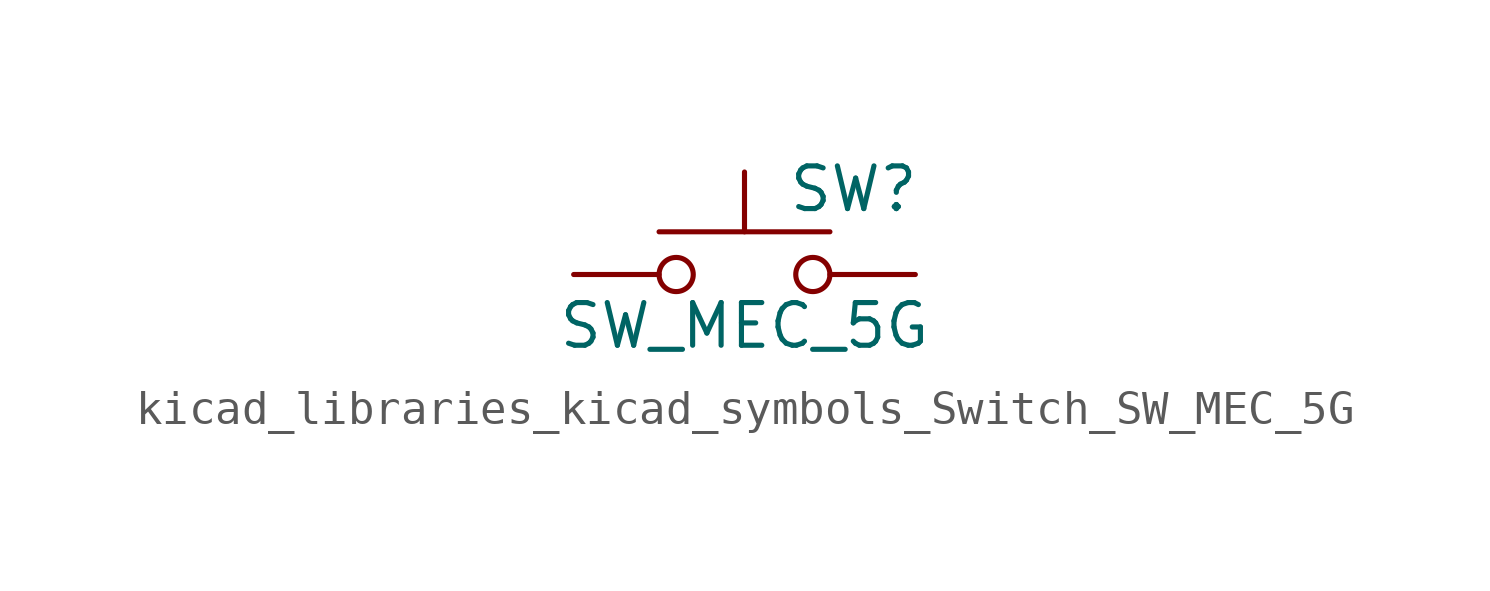
<source format=kicad_sym>
(kicad_symbol_lib
  (version 20220914)
  (generator kicad_symbol_editor)
  (symbol "kicad_libraries_kicad_symbols_Switch_SW_MEC_5G"
    (pin_numbers hide)
    (pin_names
      (offset 1.016) hide)
    (property "Reference" "SW"
      (at 1.27 2.54 0)
      (effects (font (size 1.27 1.27)) (justify left)))
    (property "Value" "SW_MEC_5G"
      (at 0 -1.524 0)
      (effects (font (size 1.27 1.27))))
    (symbol "kicad_libraries_kicad_symbols_Switch_SW_MEC_5G_0_1"
      (circle (center -2.032 0) (radius 0.508) (stroke (width 0) (type default)) (fill (type none)))
      (polyline (pts (xy 0 1.27) (xy 0 3.048)) (stroke (width 0) (type default)) (fill (type none)))
      (polyline (pts (xy 2.54 1.27) (xy -2.54 1.27)) (stroke (width 0) (type default)) (fill (type none)))
      (circle (center 2.032 0) (radius 0.508) (stroke (width 0) (type default)) (fill (type none)))
      (pin passive line (at -5.08 0 0) (length 2.54) (name "A" (effects (font (size 1.27 1.27)))) (number "1" (effects (font (size 1.27 1.27)))))
      (pin passive line (at 5.08 0 180) (length 2.54) (name "B" (effects (font (size 1.27 1.27)))) (number "3" (effects (font (size 1.27 1.27))))))
    (symbol "kicad_libraries_kicad_symbols_Switch_SW_MEC_5G_1_1"
      (pin passive line (at -5.08 0 0) (length 2.54) hide (name "A" (effects (font (size 1.27 1.27)))) (number "2" (effects (font (size 1.27 1.27)))))
      (pin passive line (at 5.08 0 180) (length 2.54) hide (name "B" (effects (font (size 1.27 1.27)))) (number "4" (effects (font (size 1.27 1.27))))))))
</source>
